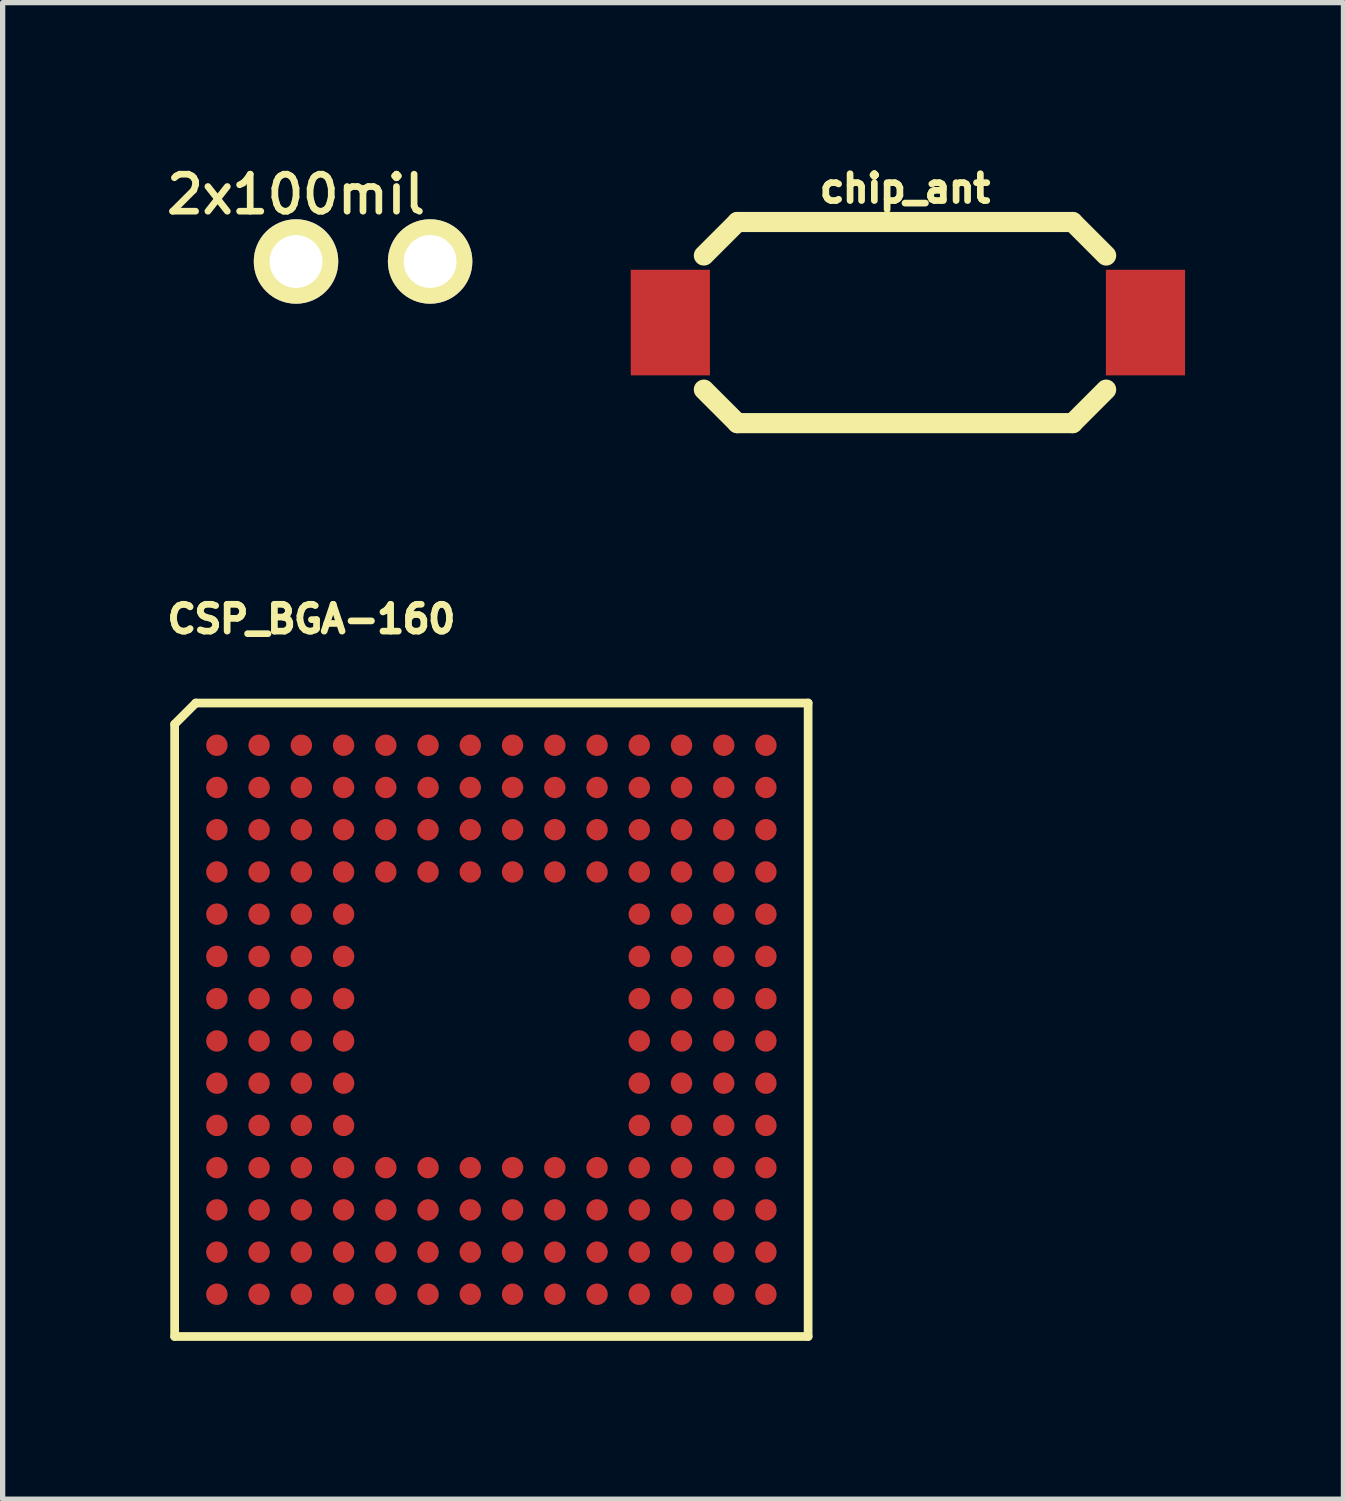
<source format=kicad_pcb>
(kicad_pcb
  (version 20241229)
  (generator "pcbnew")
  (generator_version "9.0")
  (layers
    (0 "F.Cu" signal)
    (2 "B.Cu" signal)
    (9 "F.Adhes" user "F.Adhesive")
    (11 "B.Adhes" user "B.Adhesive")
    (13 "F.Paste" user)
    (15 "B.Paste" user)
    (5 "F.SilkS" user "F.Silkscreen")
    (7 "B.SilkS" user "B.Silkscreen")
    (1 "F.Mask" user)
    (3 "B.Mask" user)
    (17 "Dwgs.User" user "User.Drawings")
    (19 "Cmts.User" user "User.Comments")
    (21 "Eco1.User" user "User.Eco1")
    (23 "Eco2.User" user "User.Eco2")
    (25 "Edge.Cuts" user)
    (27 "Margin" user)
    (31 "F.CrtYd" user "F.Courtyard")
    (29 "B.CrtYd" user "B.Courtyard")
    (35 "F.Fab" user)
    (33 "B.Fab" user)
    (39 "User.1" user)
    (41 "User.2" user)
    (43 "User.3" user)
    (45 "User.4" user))
  (footprint "chip_ant"
    (layer "F.Cu")
    (at 9.647 3.06)
    (property "Reference" "chip_ant" (at 4.445 -2.54 0) (layer "F.SilkS") (effects (font (size 0.508 0.508) (thickness 0.127))))
    (attr through_hole)
    (fp_line (start 0.635 -1.27) (end 1.27 -1.905) (stroke (width 0.381) (type solid)) (layer "F.SilkS"))
    (fp_line (start 0.635 1.27) (end 1.27 1.905) (stroke (width 0.381) (type solid)) (layer "F.SilkS"))
    (fp_line (start 1.27 -1.905) (end 7.62 -1.905) (stroke (width 0.381) (type solid)) (layer "F.SilkS"))
    (fp_line (start 1.27 1.905) (end 7.62 1.905) (stroke (width 0.381) (type solid)) (layer "F.SilkS"))
    (fp_line (start 7.62 -1.905) (end 8.255 -1.27) (stroke (width 0.381) (type solid)) (layer "F.SilkS"))
    (fp_line (start 7.62 1.905) (end 8.255 1.27) (stroke (width 0.381) (type solid)) (layer "F.SilkS"))
    (pad "1" smd rect (at 0 0) (size 1.5 2) (layers "F.Cu" "F.Mask" "F.Paste"))
    (pad "2" smd rect (at 9 0) (size 1.5 2) (layers "F.Cu" "F.Mask" "F.Paste")))
  (footprint "2x100mil"
    (layer "F.Cu")
    (at 2.557 1.903)
    (property "Reference" "2x100mil" (at 0 -1.27 0) (layer "F.SilkS") (effects (font (size 0.701 0.701) (thickness 0.127))))
    (attr through_hole)
    (pad "1" thru_hole circle (at 0 0) (size 1.6 1.6) (drill 1.001) (layers "*.Cu" "*.Mask" "F.SilkS"))
    (pad "2" thru_hole circle (at 2.54 0) (size 1.6 1.6) (drill 1.001) (layers "*.Cu" "*.Mask" "F.SilkS")))
  (footprint "CSP_BGA-160"
    (layer "F.Cu")
    (at 6.242 16.25)
    (property "Reference" "CSP_BGA-160" (at -3.393 -7.574 0) (layer "F.SilkS") (effects (font (size 0.508 0.508) (thickness 0.127))))
    (attr through_hole)
    (fp_line (start -5.984 -5.583) (end -5.583 -5.984) (stroke (width 0.165) (type solid)) (layer "F.SilkS"))
    (fp_line (start -5.984 6.015) (end -5.984 -5.583) (stroke (width 0.165) (type solid)) (layer "F.SilkS"))
    (fp_line (start -5.583 -5.984) (end 6.015 -5.984) (stroke (width 0.165) (type solid)) (layer "F.SilkS"))
    (fp_line (start 6.015 -5.984) (end 6.015 6.015) (stroke (width 0.165) (type solid)) (layer "F.SilkS"))
    (fp_line (start 6.015 6.015) (end -5.984 6.015) (stroke (width 0.165) (type solid)) (layer "F.SilkS"))
    (pad "A1" smd circle (at -5.184 -5.184) (size 0.406 0.406) (layers "F.Cu" "F.Mask" "F.Paste"))
    (pad "A2" smd circle (at -4.384 -5.184) (size 0.406 0.406) (layers "F.Cu" "F.Mask" "F.Paste"))
    (pad "A3" smd circle (at -3.584 -5.184) (size 0.406 0.406) (layers "F.Cu" "F.Mask" "F.Paste"))
    (pad "A4" smd circle (at -2.784 -5.184) (size 0.406 0.406) (layers "F.Cu" "F.Mask" "F.Paste"))
    (pad "A5" smd circle (at -1.984 -5.184) (size 0.406 0.406) (layers "F.Cu" "F.Mask" "F.Paste"))
    (pad "A6" smd circle (at -1.184 -5.184) (size 0.406 0.406) (layers "F.Cu" "F.Mask" "F.Paste"))
    (pad "A7" smd circle (at -0.384 -5.184) (size 0.406 0.406) (layers "F.Cu" "F.Mask" "F.Paste"))
    (pad "A8" smd circle (at 0.417 -5.184) (size 0.406 0.406) (layers "F.Cu" "F.Mask" "F.Paste"))
    (pad "A9" smd circle (at 1.217 -5.184) (size 0.406 0.406) (layers "F.Cu" "F.Mask" "F.Paste"))
    (pad "A10" smd circle (at 2.017 -5.184) (size 0.406 0.406) (layers "F.Cu" "F.Mask" "F.Paste"))
    (pad "A11" smd circle (at 2.817 -5.184) (size 0.406 0.406) (layers "F.Cu" "F.Mask" "F.Paste"))
    (pad "A12" smd circle (at 3.617 -5.184) (size 0.406 0.406) (layers "F.Cu" "F.Mask" "F.Paste"))
    (pad "A13" smd circle (at 4.417 -5.184) (size 0.406 0.406) (layers "F.Cu" "F.Mask" "F.Paste"))
    (pad "A14" smd circle (at 5.215 -5.184) (size 0.406 0.406) (layers "F.Cu" "F.Mask" "F.Paste"))
    (pad "B1" smd circle (at -5.184 -4.384) (size 0.406 0.406) (layers "F.Cu" "F.Mask" "F.Paste"))
    (pad "B2" smd circle (at -4.384 -4.384) (size 0.406 0.406) (layers "F.Cu" "F.Mask" "F.Paste"))
    (pad "B3" smd circle (at -3.584 -4.384) (size 0.406 0.406) (layers "F.Cu" "F.Mask" "F.Paste"))
    (pad "B4" smd circle (at -2.784 -4.384) (size 0.406 0.406) (layers "F.Cu" "F.Mask" "F.Paste"))
    (pad "B5" smd circle (at -1.984 -4.384) (size 0.406 0.406) (layers "F.Cu" "F.Mask" "F.Paste"))
    (pad "B6" smd circle (at -1.184 -4.384) (size 0.406 0.406) (layers "F.Cu" "F.Mask" "F.Paste"))
    (pad "B7" smd circle (at -0.384 -4.384) (size 0.406 0.406) (layers "F.Cu" "F.Mask" "F.Paste"))
    (pad "B8" smd circle (at 0.417 -4.384) (size 0.406 0.406) (layers "F.Cu" "F.Mask" "F.Paste"))
    (pad "B9" smd circle (at 1.217 -4.384) (size 0.406 0.406) (layers "F.Cu" "F.Mask" "F.Paste"))
    (pad "B10" smd circle (at 2.017 -4.384) (size 0.406 0.406) (layers "F.Cu" "F.Mask" "F.Paste"))
    (pad "B11" smd circle (at 2.817 -4.384) (size 0.406 0.406) (layers "F.Cu" "F.Mask" "F.Paste"))
    (pad "B12" smd circle (at 3.617 -4.384) (size 0.406 0.406) (layers "F.Cu" "F.Mask" "F.Paste"))
    (pad "B13" smd circle (at 4.417 -4.384) (size 0.406 0.406) (layers "F.Cu" "F.Mask" "F.Paste"))
    (pad "B14" smd circle (at 5.215 -4.384) (size 0.406 0.406) (layers "F.Cu" "F.Mask" "F.Paste"))
    (pad "C1" smd circle (at -5.184 -3.584) (size 0.406 0.406) (layers "F.Cu" "F.Mask" "F.Paste"))
    (pad "C2" smd circle (at -4.384 -3.584) (size 0.406 0.406) (layers "F.Cu" "F.Mask" "F.Paste"))
    (pad "C3" smd circle (at -3.584 -3.584) (size 0.406 0.406) (layers "F.Cu" "F.Mask" "F.Paste"))
    (pad "C4" smd circle (at -2.784 -3.584) (size 0.406 0.406) (layers "F.Cu" "F.Mask" "F.Paste"))
    (pad "C5" smd circle (at -1.984 -3.584) (size 0.406 0.406) (layers "F.Cu" "F.Mask" "F.Paste"))
    (pad "C6" smd circle (at -1.184 -3.584) (size 0.406 0.406) (layers "F.Cu" "F.Mask" "F.Paste"))
    (pad "C7" smd circle (at -0.384 -3.584) (size 0.406 0.406) (layers "F.Cu" "F.Mask" "F.Paste"))
    (pad "C8" smd circle (at 0.417 -3.584) (size 0.406 0.406) (layers "F.Cu" "F.Mask" "F.Paste"))
    (pad "C9" smd circle (at 1.217 -3.584) (size 0.406 0.406) (layers "F.Cu" "F.Mask" "F.Paste"))
    (pad "C10" smd circle (at 2.017 -3.584) (size 0.406 0.406) (layers "F.Cu" "F.Mask" "F.Paste"))
    (pad "C11" smd circle (at 2.817 -3.584) (size 0.406 0.406) (layers "F.Cu" "F.Mask" "F.Paste"))
    (pad "C12" smd circle (at 3.617 -3.584) (size 0.406 0.406) (layers "F.Cu" "F.Mask" "F.Paste"))
    (pad "C13" smd circle (at 4.417 -3.584) (size 0.406 0.406) (layers "F.Cu" "F.Mask" "F.Paste"))
    (pad "C14" smd circle (at 5.215 -3.584) (size 0.406 0.406) (layers "F.Cu" "F.Mask" "F.Paste"))
    (pad "D1" smd circle (at -5.184 -2.784) (size 0.406 0.406) (layers "F.Cu" "F.Mask" "F.Paste"))
    (pad "D2" smd circle (at -4.384 -2.784) (size 0.406 0.406) (layers "F.Cu" "F.Mask" "F.Paste"))
    (pad "D3" smd circle (at -3.584 -2.784) (size 0.406 0.406) (layers "F.Cu" "F.Mask" "F.Paste"))
    (pad "D4" smd circle (at -2.784 -2.784) (size 0.406 0.406) (layers "F.Cu" "F.Mask" "F.Paste"))
    (pad "D5" smd circle (at -1.984 -2.784) (size 0.406 0.406) (layers "F.Cu" "F.Mask" "F.Paste"))
    (pad "D6" smd circle (at -1.184 -2.784) (size 0.406 0.406) (layers "F.Cu" "F.Mask" "F.Paste"))
    (pad "D7" smd circle (at -0.384 -2.784) (size 0.406 0.406) (layers "F.Cu" "F.Mask" "F.Paste"))
    (pad "D8" smd circle (at 0.417 -2.784) (size 0.406 0.406) (layers "F.Cu" "F.Mask" "F.Paste"))
    (pad "D9" smd circle (at 1.217 -2.784) (size 0.406 0.406) (layers "F.Cu" "F.Mask" "F.Paste"))
    (pad "D10" smd circle (at 2.017 -2.784) (size 0.406 0.406) (layers "F.Cu" "F.Mask" "F.Paste"))
    (pad "D11" smd circle (at 2.817 -2.784) (size 0.406 0.406) (layers "F.Cu" "F.Mask" "F.Paste"))
    (pad "D12" smd circle (at 3.617 -2.784) (size 0.406 0.406) (layers "F.Cu" "F.Mask" "F.Paste"))
    (pad "D13" smd circle (at 4.417 -2.784) (size 0.406 0.406) (layers "F.Cu" "F.Mask" "F.Paste"))
    (pad "D14" smd circle (at 5.215 -2.784) (size 0.406 0.406) (layers "F.Cu" "F.Mask" "F.Paste"))
    (pad "E1" smd circle (at -5.184 -1.984) (size 0.406 0.406) (layers "F.Cu" "F.Mask" "F.Paste"))
    (pad "E2" smd circle (at -4.384 -1.984) (size 0.406 0.406) (layers "F.Cu" "F.Mask" "F.Paste"))
    (pad "E3" smd circle (at -3.584 -1.984) (size 0.406 0.406) (layers "F.Cu" "F.Mask" "F.Paste"))
    (pad "E4" smd circle (at -2.784 -1.984) (size 0.406 0.406) (layers "F.Cu" "F.Mask" "F.Paste"))
    (pad "E11" smd circle (at 2.817 -1.984) (size 0.406 0.406) (layers "F.Cu" "F.Mask" "F.Paste"))
    (pad "E12" smd circle (at 3.617 -1.984) (size 0.406 0.406) (layers "F.Cu" "F.Mask" "F.Paste"))
    (pad "E13" smd circle (at 4.417 -1.984) (size 0.406 0.406) (layers "F.Cu" "F.Mask" "F.Paste"))
    (pad "E14" smd circle (at 5.215 -1.984) (size 0.406 0.406) (layers "F.Cu" "F.Mask" "F.Paste"))
    (pad "F1" smd circle (at -5.184 -1.184) (size 0.406 0.406) (layers "F.Cu" "F.Mask" "F.Paste"))
    (pad "F2" smd circle (at -4.384 -1.184) (size 0.406 0.406) (layers "F.Cu" "F.Mask" "F.Paste"))
    (pad "F3" smd circle (at -3.584 -1.184) (size 0.406 0.406) (layers "F.Cu" "F.Mask" "F.Paste"))
    (pad "F4" smd circle (at -2.784 -1.184) (size 0.406 0.406) (layers "F.Cu" "F.Mask" "F.Paste"))
    (pad "F11" smd circle (at 2.817 -1.184) (size 0.406 0.406) (layers "F.Cu" "F.Mask" "F.Paste"))
    (pad "F12" smd circle (at 3.617 -1.184) (size 0.406 0.406) (layers "F.Cu" "F.Mask" "F.Paste"))
    (pad "F13" smd circle (at 4.417 -1.184) (size 0.406 0.406) (layers "F.Cu" "F.Mask" "F.Paste"))
    (pad "F14" smd circle (at 5.215 -1.184) (size 0.406 0.406) (layers "F.Cu" "F.Mask" "F.Paste"))
    (pad "G1" smd circle (at -5.184 -0.384) (size 0.406 0.406) (layers "F.Cu" "F.Mask" "F.Paste"))
    (pad "G2" smd circle (at -4.384 -0.384) (size 0.406 0.406) (layers "F.Cu" "F.Mask" "F.Paste"))
    (pad "G3" smd circle (at -3.584 -0.384) (size 0.406 0.406) (layers "F.Cu" "F.Mask" "F.Paste"))
    (pad "G4" smd circle (at -2.784 -0.384) (size 0.406 0.406) (layers "F.Cu" "F.Mask" "F.Paste"))
    (pad "G11" smd circle (at 2.817 -0.384) (size 0.406 0.406) (layers "F.Cu" "F.Mask" "F.Paste"))
    (pad "G12" smd circle (at 3.617 -0.384) (size 0.406 0.406) (layers "F.Cu" "F.Mask" "F.Paste"))
    (pad "G13" smd circle (at 4.417 -0.384) (size 0.406 0.406) (layers "F.Cu" "F.Mask" "F.Paste"))
    (pad "G14" smd circle (at 5.215 -0.384) (size 0.406 0.406) (layers "F.Cu" "F.Mask" "F.Paste"))
    (pad "H1" smd circle (at -5.184 0.417) (size 0.406 0.406) (layers "F.Cu" "F.Mask" "F.Paste"))
    (pad "H2" smd circle (at -4.384 0.417) (size 0.406 0.406) (layers "F.Cu" "F.Mask" "F.Paste"))
    (pad "H3" smd circle (at -3.584 0.417) (size 0.406 0.406) (layers "F.Cu" "F.Mask" "F.Paste"))
    (pad "H4" smd circle (at -2.784 0.417) (size 0.406 0.406) (layers "F.Cu" "F.Mask" "F.Paste"))
    (pad "H11" smd circle (at 2.817 0.417) (size 0.406 0.406) (layers "F.Cu" "F.Mask" "F.Paste"))
    (pad "H12" smd circle (at 3.617 0.417) (size 0.406 0.406) (layers "F.Cu" "F.Mask" "F.Paste"))
    (pad "H13" smd circle (at 4.417 0.417) (size 0.406 0.406) (layers "F.Cu" "F.Mask" "F.Paste"))
    (pad "H14" smd circle (at 5.215 0.417) (size 0.406 0.406) (layers "F.Cu" "F.Mask" "F.Paste"))
    (pad "J1" smd circle (at -5.184 1.217) (size 0.406 0.406) (layers "F.Cu" "F.Mask" "F.Paste"))
    (pad "J2" smd circle (at -4.384 1.217) (size 0.406 0.406) (layers "F.Cu" "F.Mask" "F.Paste"))
    (pad "J3" smd circle (at -3.584 1.217) (size 0.406 0.406) (layers "F.Cu" "F.Mask" "F.Paste"))
    (pad "J4" smd circle (at -2.784 1.217) (size 0.406 0.406) (layers "F.Cu" "F.Mask" "F.Paste"))
    (pad "J11" smd circle (at 2.817 1.217) (size 0.406 0.406) (layers "F.Cu" "F.Mask" "F.Paste"))
    (pad "J12" smd circle (at 3.617 1.217) (size 0.406 0.406) (layers "F.Cu" "F.Mask" "F.Paste"))
    (pad "J13" smd circle (at 4.417 1.217) (size 0.406 0.406) (layers "F.Cu" "F.Mask" "F.Paste"))
    (pad "J14" smd circle (at 5.215 1.217) (size 0.406 0.406) (layers "F.Cu" "F.Mask" "F.Paste"))
    (pad "K1" smd circle (at -5.184 2.017) (size 0.406 0.406) (layers "F.Cu" "F.Mask" "F.Paste"))
    (pad "K2" smd circle (at -4.384 2.017) (size 0.406 0.406) (layers "F.Cu" "F.Mask" "F.Paste"))
    (pad "K3" smd circle (at -3.584 2.017) (size 0.406 0.406) (layers "F.Cu" "F.Mask" "F.Paste"))
    (pad "K4" smd circle (at -2.784 2.017) (size 0.406 0.406) (layers "F.Cu" "F.Mask" "F.Paste"))
    (pad "K11" smd circle (at 2.817 2.017) (size 0.406 0.406) (layers "F.Cu" "F.Mask" "F.Paste"))
    (pad "K12" smd circle (at 3.617 2.017) (size 0.406 0.406) (layers "F.Cu" "F.Mask" "F.Paste"))
    (pad "K13" smd circle (at 4.417 2.017) (size 0.406 0.406) (layers "F.Cu" "F.Mask" "F.Paste"))
    (pad "K14" smd circle (at 5.215 2.017) (size 0.406 0.406) (layers "F.Cu" "F.Mask" "F.Paste"))
    (pad "L1" smd circle (at -5.184 2.817) (size 0.406 0.406) (layers "F.Cu" "F.Mask" "F.Paste"))
    (pad "L2" smd circle (at -4.384 2.817) (size 0.406 0.406) (layers "F.Cu" "F.Mask" "F.Paste"))
    (pad "L3" smd circle (at -3.584 2.817) (size 0.406 0.406) (layers "F.Cu" "F.Mask" "F.Paste"))
    (pad "L4" smd circle (at -2.784 2.817) (size 0.406 0.406) (layers "F.Cu" "F.Mask" "F.Paste"))
    (pad "L5" smd circle (at -1.984 2.817) (size 0.406 0.406) (layers "F.Cu" "F.Mask" "F.Paste"))
    (pad "L6" smd circle (at -1.184 2.817) (size 0.406 0.406) (layers "F.Cu" "F.Mask" "F.Paste"))
    (pad "L7" smd circle (at -0.384 2.817) (size 0.406 0.406) (layers "F.Cu" "F.Mask" "F.Paste"))
    (pad "L8" smd circle (at 0.417 2.817) (size 0.406 0.406) (layers "F.Cu" "F.Mask" "F.Paste"))
    (pad "L9" smd circle (at 1.217 2.817) (size 0.406 0.406) (layers "F.Cu" "F.Mask" "F.Paste"))
    (pad "L10" smd circle (at 2.017 2.817) (size 0.406 0.406) (layers "F.Cu" "F.Mask" "F.Paste"))
    (pad "L11" smd circle (at 2.817 2.817) (size 0.406 0.406) (layers "F.Cu" "F.Mask" "F.Paste"))
    (pad "L12" smd circle (at 3.617 2.817) (size 0.406 0.406) (layers "F.Cu" "F.Mask" "F.Paste"))
    (pad "L13" smd circle (at 4.417 2.817) (size 0.406 0.406) (layers "F.Cu" "F.Mask" "F.Paste"))
    (pad "L14" smd circle (at 5.215 2.817) (size 0.406 0.406) (layers "F.Cu" "F.Mask" "F.Paste"))
    (pad "M1" smd circle (at -5.184 3.617) (size 0.406 0.406) (layers "F.Cu" "F.Mask" "F.Paste"))
    (pad "M2" smd circle (at -4.384 3.617) (size 0.406 0.406) (layers "F.Cu" "F.Mask" "F.Paste"))
    (pad "M3" smd circle (at -3.584 3.617) (size 0.406 0.406) (layers "F.Cu" "F.Mask" "F.Paste"))
    (pad "M4" smd circle (at -2.784 3.617) (size 0.406 0.406) (layers "F.Cu" "F.Mask" "F.Paste"))
    (pad "M5" smd circle (at -1.984 3.617) (size 0.406 0.406) (layers "F.Cu" "F.Mask" "F.Paste"))
    (pad "M6" smd circle (at -1.184 3.617) (size 0.406 0.406) (layers "F.Cu" "F.Mask" "F.Paste"))
    (pad "M7" smd circle (at -0.384 3.617) (size 0.406 0.406) (layers "F.Cu" "F.Mask" "F.Paste"))
    (pad "M8" smd circle (at 0.417 3.617) (size 0.406 0.406) (layers "F.Cu" "F.Mask" "F.Paste"))
    (pad "M9" smd circle (at 1.217 3.617) (size 0.406 0.406) (layers "F.Cu" "F.Mask" "F.Paste"))
    (pad "M10" smd circle (at 2.017 3.617) (size 0.406 0.406) (layers "F.Cu" "F.Mask" "F.Paste"))
    (pad "M11" smd circle (at 2.817 3.617) (size 0.406 0.406) (layers "F.Cu" "F.Mask" "F.Paste"))
    (pad "M12" smd circle (at 3.617 3.617) (size 0.406 0.406) (layers "F.Cu" "F.Mask" "F.Paste"))
    (pad "M13" smd circle (at 4.417 3.617) (size 0.406 0.406) (layers "F.Cu" "F.Mask" "F.Paste"))
    (pad "M14" smd circle (at 5.215 3.617) (size 0.406 0.406) (layers "F.Cu" "F.Mask" "F.Paste"))
    (pad "N1" smd circle (at -5.184 4.417) (size 0.406 0.406) (layers "F.Cu" "F.Mask" "F.Paste"))
    (pad "N2" smd circle (at -4.384 4.417) (size 0.406 0.406) (layers "F.Cu" "F.Mask" "F.Paste"))
    (pad "N3" smd circle (at -3.584 4.417) (size 0.406 0.406) (layers "F.Cu" "F.Mask" "F.Paste"))
    (pad "N4" smd circle (at -2.784 4.417) (size 0.406 0.406) (layers "F.Cu" "F.Mask" "F.Paste"))
    (pad "N5" smd circle (at -1.984 4.417) (size 0.406 0.406) (layers "F.Cu" "F.Mask" "F.Paste"))
    (pad "N6" smd circle (at -1.184 4.417) (size 0.406 0.406) (layers "F.Cu" "F.Mask" "F.Paste"))
    (pad "N7" smd circle (at -0.384 4.417) (size 0.406 0.406) (layers "F.Cu" "F.Mask" "F.Paste"))
    (pad "N8" smd circle (at 0.417 4.417) (size 0.406 0.406) (layers "F.Cu" "F.Mask" "F.Paste"))
    (pad "N9" smd circle (at 1.217 4.417) (size 0.406 0.406) (layers "F.Cu" "F.Mask" "F.Paste"))
    (pad "N10" smd circle (at 2.017 4.417) (size 0.406 0.406) (layers "F.Cu" "F.Mask" "F.Paste"))
    (pad "N11" smd circle (at 2.817 4.417) (size 0.406 0.406) (layers "F.Cu" "F.Mask" "F.Paste"))
    (pad "N12" smd circle (at 3.617 4.417) (size 0.406 0.406) (layers "F.Cu" "F.Mask" "F.Paste"))
    (pad "N13" smd circle (at 4.417 4.417) (size 0.406 0.406) (layers "F.Cu" "F.Mask" "F.Paste"))
    (pad "N14" smd circle (at 5.215 4.417) (size 0.406 0.406) (layers "F.Cu" "F.Mask" "F.Paste"))
    (pad "P1" smd circle (at -5.184 5.215) (size 0.406 0.406) (layers "F.Cu" "F.Mask" "F.Paste"))
    (pad "P2" smd circle (at -4.384 5.215) (size 0.406 0.406) (layers "F.Cu" "F.Mask" "F.Paste"))
    (pad "P3" smd circle (at -3.584 5.215) (size 0.406 0.406) (layers "F.Cu" "F.Mask" "F.Paste"))
    (pad "P4" smd circle (at -2.784 5.215) (size 0.406 0.406) (layers "F.Cu" "F.Mask" "F.Paste"))
    (pad "P5" smd circle (at -1.984 5.215) (size 0.406 0.406) (layers "F.Cu" "F.Mask" "F.Paste"))
    (pad "P6" smd circle (at -1.184 5.215) (size 0.406 0.406) (layers "F.Cu" "F.Mask" "F.Paste"))
    (pad "P7" smd circle (at -0.384 5.215) (size 0.406 0.406) (layers "F.Cu" "F.Mask" "F.Paste"))
    (pad "P8" smd circle (at 0.417 5.215) (size 0.406 0.406) (layers "F.Cu" "F.Mask" "F.Paste"))
    (pad "P9" smd circle (at 1.217 5.215) (size 0.406 0.406) (layers "F.Cu" "F.Mask" "F.Paste"))
    (pad "P10" smd circle (at 2.017 5.215) (size 0.406 0.406) (layers "F.Cu" "F.Mask" "F.Paste"))
    (pad "P11" smd circle (at 2.817 5.215) (size 0.406 0.406) (layers "F.Cu" "F.Mask" "F.Paste"))
    (pad "P12" smd circle (at 3.617 5.215) (size 0.406 0.406) (layers "F.Cu" "F.Mask" "F.Paste"))
    (pad "P13" smd circle (at 4.417 5.215) (size 0.406 0.406) (layers "F.Cu" "F.Mask" "F.Paste"))
    (pad "P14" smd circle (at 5.215 5.215) (size 0.406 0.406) (layers "F.Cu" "F.Mask" "F.Paste")))
  (gr_rect
    (start -3 -3)
    (end 22.397 25.347)
    (stroke (width 0.1) (type default))
    (fill no)
    (layer "Edge.Cuts")))
</source>
